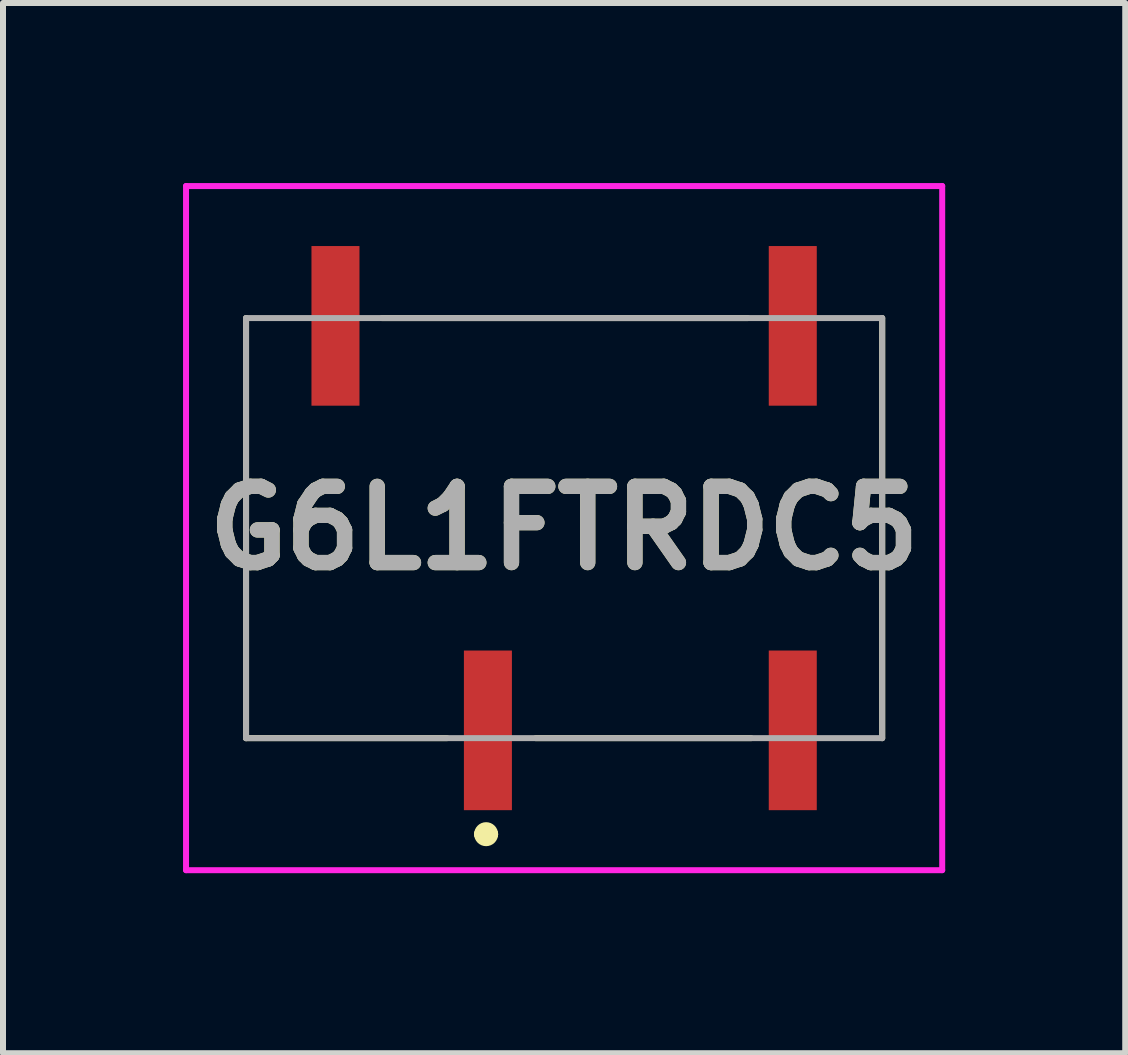
<source format=kicad_pcb>
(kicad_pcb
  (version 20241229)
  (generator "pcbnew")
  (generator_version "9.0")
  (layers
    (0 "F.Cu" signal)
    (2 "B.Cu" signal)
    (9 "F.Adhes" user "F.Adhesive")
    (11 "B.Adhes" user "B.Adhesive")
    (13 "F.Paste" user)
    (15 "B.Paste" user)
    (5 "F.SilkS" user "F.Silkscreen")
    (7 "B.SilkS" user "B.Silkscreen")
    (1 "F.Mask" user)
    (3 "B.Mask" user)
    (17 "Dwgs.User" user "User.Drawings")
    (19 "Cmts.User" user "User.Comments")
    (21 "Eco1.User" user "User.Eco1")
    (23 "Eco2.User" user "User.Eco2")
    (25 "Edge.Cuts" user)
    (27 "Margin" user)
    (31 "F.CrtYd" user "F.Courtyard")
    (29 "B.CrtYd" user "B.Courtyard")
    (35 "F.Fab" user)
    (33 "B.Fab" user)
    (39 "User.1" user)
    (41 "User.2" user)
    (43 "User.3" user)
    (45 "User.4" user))
  (footprint "G6L1FTRDC5"
    (layer "F.Cu")
    (at 6.35 5.75)
    (property "Reference" "G6L1FTRDC5" (at 0 0 0) (layer "F.SilkS") (effects (font (size 1.27 1.27) (thickness 0.254))))
    (attr smd)
    (fp_line (start -5.3 -3.5) (end -5.3 3.5) (stroke (width 0.1) (type solid)) (layer "F.SilkS"))
    (fp_line (start -5.3 3.5) (end -1.953 3.5) (stroke (width 0.1) (type solid)) (layer "F.SilkS"))
    (fp_line (start -3.035 -3.5) (end 3.059 -3.5) (stroke (width 0.1) (type solid)) (layer "F.SilkS"))
    (fp_line (start -1.4 5.1) (end -1.4 5.1) (stroke (width 0.2) (type solid)) (layer "F.SilkS"))
    (fp_line (start -1.2 5.1) (end -1.2 5.1) (stroke (width 0.2) (type solid)) (layer "F.SilkS"))
    (fp_line (start -0.472 3.5) (end 3.116 3.5) (stroke (width 0.1) (type solid)) (layer "F.SilkS"))
    (fp_line (start 5.3 -3.5) (end 5.3 3.5) (stroke (width 0.1) (type solid)) (layer "F.SilkS"))
    (fp_arc (start -1.4 5.1) (mid -1.3 5) (end -1.2 5.1) (stroke (width 0.2) (type solid)) (layer "F.SilkS"))
    (fp_arc (start -1.2 5.1) (mid -1.3 5.2) (end -1.4 5.1) (stroke (width 0.2) (type solid)) (layer "F.SilkS"))
    (fp_line (start -6.3 -5.7) (end 6.3 -5.7) (stroke (width 0.1) (type solid)) (layer "F.CrtYd"))
    (fp_line (start -6.3 5.7) (end -6.3 -5.7) (stroke (width 0.1) (type solid)) (layer "F.CrtYd"))
    (fp_line (start 6.3 -5.7) (end 6.3 5.7) (stroke (width 0.1) (type solid)) (layer "F.CrtYd"))
    (fp_line (start 6.3 5.7) (end -6.3 5.7) (stroke (width 0.1) (type solid)) (layer "F.CrtYd"))
    (fp_line (start -5.3 -3.5) (end 5.3 -3.5) (stroke (width 0.1) (type solid)) (layer "F.Fab"))
    (fp_line (start -5.3 3.5) (end -5.3 -3.5) (stroke (width 0.1) (type solid)) (layer "F.Fab"))
    (fp_line (start 5.3 -3.5) (end 5.3 3.5) (stroke (width 0.1) (type solid)) (layer "F.Fab"))
    (fp_line (start 5.3 3.5) (end -5.3 3.5) (stroke (width 0.1) (type solid)) (layer "F.Fab"))
    (fp_text user "${REFERENCE}" (at 0 0 0) (layer "F.Fab") (effects (font (size 1.27 1.27) (thickness 0.254))))
    (pad "2" smd rect (at -1.27 3.37) (size 0.8 2.66) (layers "F.Cu" "F.Mask" "F.Paste"))
    (pad "4" smd rect (at 3.81 3.37) (size 0.8 2.66) (layers "F.Cu" "F.Mask" "F.Paste"))
    (pad "5" smd rect (at 3.81 -3.37) (size 0.8 2.66) (layers "F.Cu" "F.Mask" "F.Paste"))
    (pad "8" smd rect (at -3.81 -3.37) (size 0.8 2.66) (layers "F.Cu" "F.Mask" "F.Paste")))
  (gr_rect
    (start -3 -3)
    (end 15.7 14.5)
    (stroke (width 0.1) (type default))
    (fill no)
    (layer "Edge.Cuts")))
</source>
